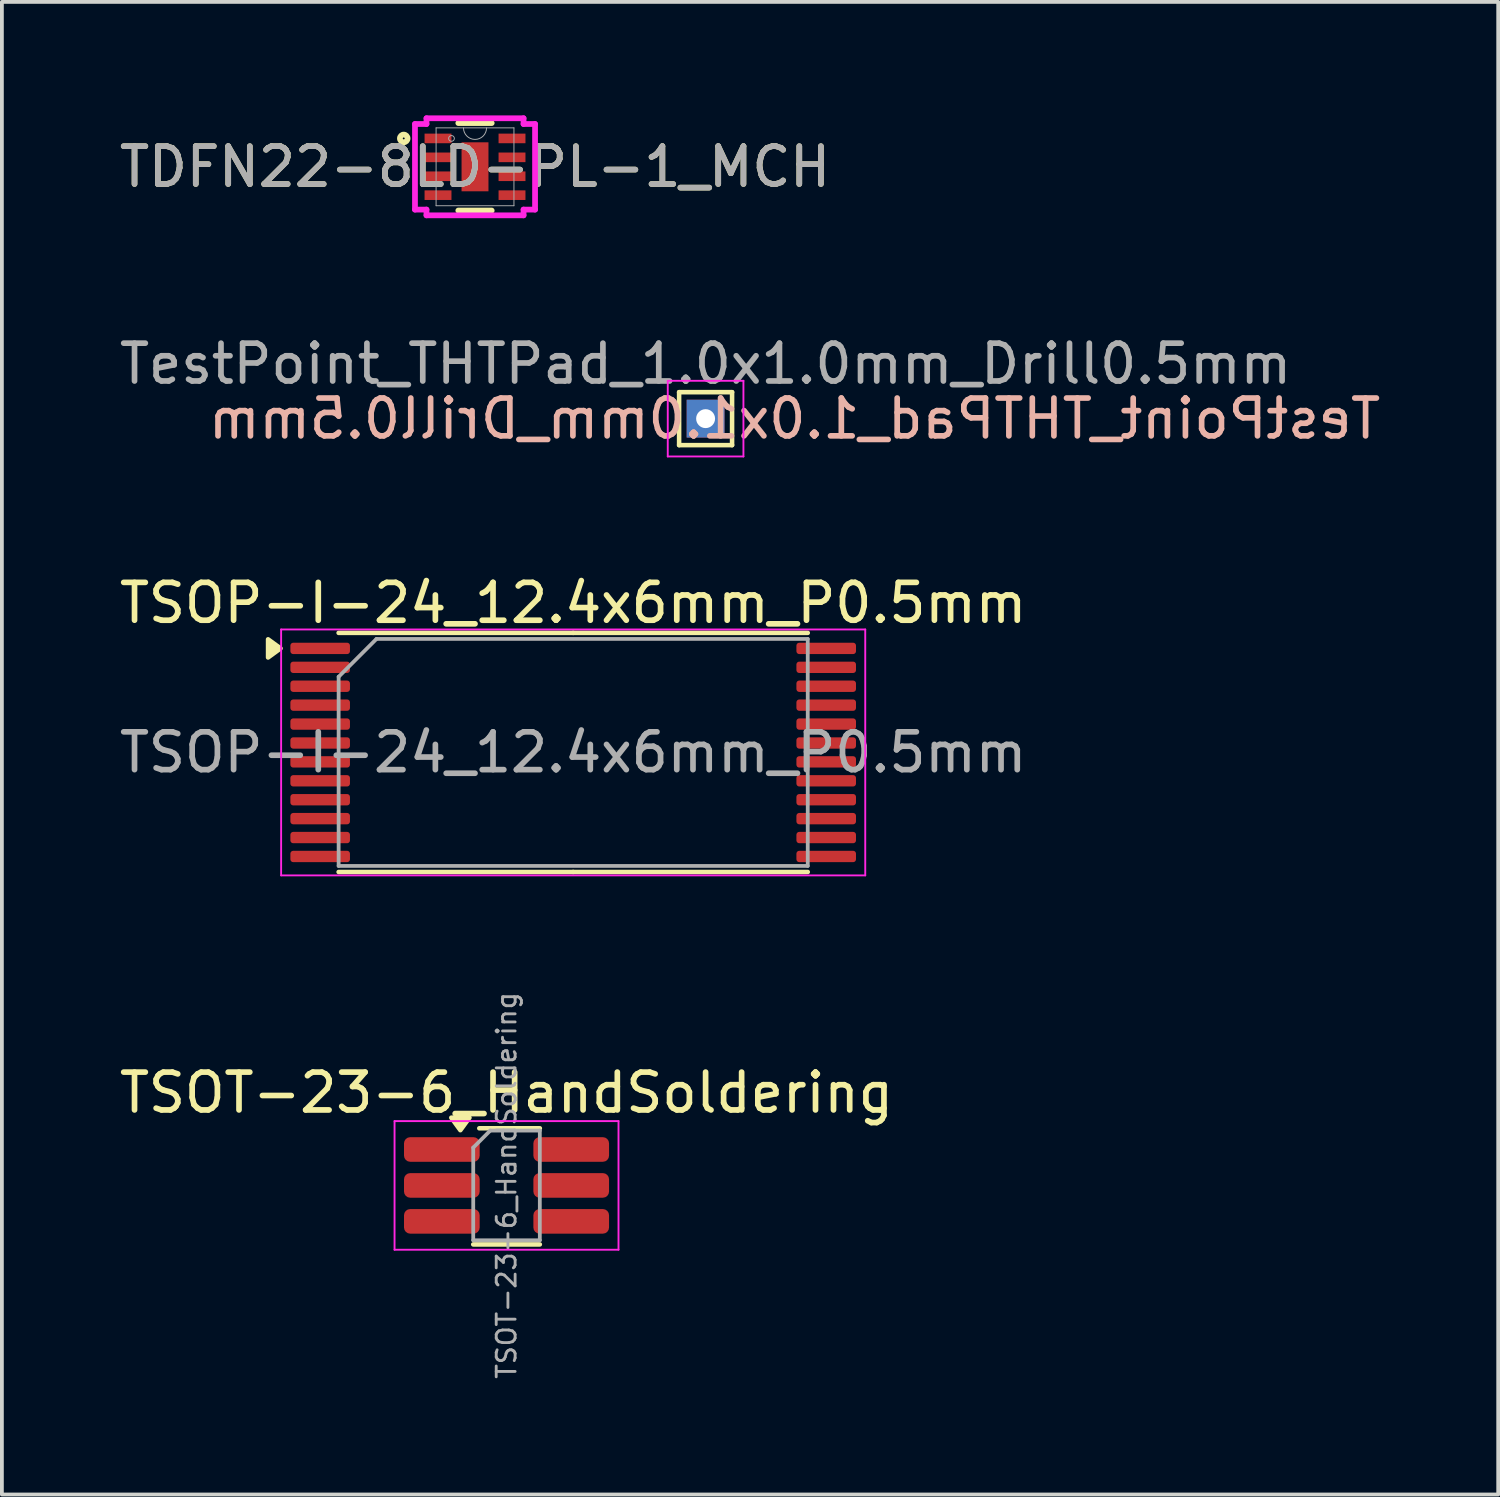
<source format=kicad_pcb>
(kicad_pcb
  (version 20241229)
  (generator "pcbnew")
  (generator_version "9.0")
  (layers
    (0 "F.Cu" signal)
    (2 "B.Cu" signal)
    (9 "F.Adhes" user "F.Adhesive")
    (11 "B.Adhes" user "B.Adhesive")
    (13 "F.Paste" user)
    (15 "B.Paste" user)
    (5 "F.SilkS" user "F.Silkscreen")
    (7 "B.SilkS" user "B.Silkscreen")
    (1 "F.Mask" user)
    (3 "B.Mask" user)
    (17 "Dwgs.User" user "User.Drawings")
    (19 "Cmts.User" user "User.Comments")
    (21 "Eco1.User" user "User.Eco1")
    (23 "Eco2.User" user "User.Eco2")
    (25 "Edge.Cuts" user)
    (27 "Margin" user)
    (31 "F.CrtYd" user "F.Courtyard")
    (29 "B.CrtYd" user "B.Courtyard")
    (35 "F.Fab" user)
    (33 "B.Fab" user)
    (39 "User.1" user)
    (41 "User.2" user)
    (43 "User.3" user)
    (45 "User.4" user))
  (footprint "TSOP-I-24_12.4x6mm_P0.5mm"
    (layer "F.Cu")
    (at 12.101 16.839)
    (property "Reference" "TSOP-I-24_12.4x6mm_P0.5mm" (at 0 -3.95 0) (layer "F.SilkS") (effects (font (size 1 1) (thickness 0.15))))
    (attr smd)
    (fp_line (start 0 -3.16) (end -6.2 -3.16) (stroke (width 0.12) (type solid)) (layer "F.SilkS"))
    (fp_line (start 0 -3.16) (end 6.2 -3.16) (stroke (width 0.12) (type solid)) (layer "F.SilkS"))
    (fp_line (start 0 3.16) (end -6.2 3.16) (stroke (width 0.12) (type solid)) (layer "F.SilkS"))
    (fp_line (start 0 3.16) (end 6.2 3.16) (stroke (width 0.12) (type solid)) (layer "F.SilkS"))
    (fp_poly (pts (xy -7.735 -2.75) (xy -8.065 -2.99) (xy -8.065 -2.51) (xy -7.735 -2.75)) (stroke (width 0.12) (type solid)) (fill yes) (layer "F.SilkS"))
    (fp_line (start -7.72 -3.25) (end -7.72 3.25) (stroke (width 0.05) (type solid)) (layer "F.CrtYd"))
    (fp_line (start -7.72 3.25) (end 7.72 3.25) (stroke (width 0.05) (type solid)) (layer "F.CrtYd"))
    (fp_line (start 7.72 -3.25) (end -7.72 -3.25) (stroke (width 0.05) (type solid)) (layer "F.CrtYd"))
    (fp_line (start 7.72 3.25) (end 7.72 -3.25) (stroke (width 0.05) (type solid)) (layer "F.CrtYd"))
    (fp_line (start -6.2 -2) (end -5.2 -3) (stroke (width 0.1) (type solid)) (layer "F.Fab"))
    (fp_line (start -6.2 3) (end -6.2 -2) (stroke (width 0.1) (type solid)) (layer "F.Fab"))
    (fp_line (start -5.2 -3) (end 6.2 -3) (stroke (width 0.1) (type solid)) (layer "F.Fab"))
    (fp_line (start 6.2 -3) (end 6.2 3) (stroke (width 0.1) (type solid)) (layer "F.Fab"))
    (fp_line (start 6.2 3) (end -6.2 3) (stroke (width 0.1) (type solid)) (layer "F.Fab"))
    (fp_text user "${REFERENCE}" (at 0 0 0) (layer "F.Fab") (effects (font (size 1 1) (thickness 0.15))))
    (pad "1" smd roundrect (at -6.688 -2.75) (size 1.575 0.3) (layers "F.Cu" "F.Mask" "F.Paste") (roundrect_rratio 0.25))
    (pad "2" smd roundrect (at -6.688 -2.25) (size 1.575 0.3) (layers "F.Cu" "F.Mask" "F.Paste") (roundrect_rratio 0.25))
    (pad "3" smd roundrect (at -6.688 -1.75) (size 1.575 0.3) (layers "F.Cu" "F.Mask" "F.Paste") (roundrect_rratio 0.25))
    (pad "4" smd roundrect (at -6.688 -1.25) (size 1.575 0.3) (layers "F.Cu" "F.Mask" "F.Paste") (roundrect_rratio 0.25))
    (pad "5" smd roundrect (at -6.688 -0.75) (size 1.575 0.3) (layers "F.Cu" "F.Mask" "F.Paste") (roundrect_rratio 0.25))
    (pad "6" smd roundrect (at -6.688 -0.25) (size 1.575 0.3) (layers "F.Cu" "F.Mask" "F.Paste") (roundrect_rratio 0.25))
    (pad "7" smd roundrect (at -6.688 0.25) (size 1.575 0.3) (layers "F.Cu" "F.Mask" "F.Paste") (roundrect_rratio 0.25))
    (pad "8" smd roundrect (at -6.688 0.75) (size 1.575 0.3) (layers "F.Cu" "F.Mask" "F.Paste") (roundrect_rratio 0.25))
    (pad "9" smd roundrect (at -6.688 1.25) (size 1.575 0.3) (layers "F.Cu" "F.Mask" "F.Paste") (roundrect_rratio 0.25))
    (pad "10" smd roundrect (at -6.688 1.75) (size 1.575 0.3) (layers "F.Cu" "F.Mask" "F.Paste") (roundrect_rratio 0.25))
    (pad "11" smd roundrect (at -6.688 2.25) (size 1.575 0.3) (layers "F.Cu" "F.Mask" "F.Paste") (roundrect_rratio 0.25))
    (pad "12" smd roundrect (at -6.688 2.75) (size 1.575 0.3) (layers "F.Cu" "F.Mask" "F.Paste") (roundrect_rratio 0.25))
    (pad "13" smd roundrect (at 6.688 2.75) (size 1.575 0.3) (layers "F.Cu" "F.Mask" "F.Paste") (roundrect_rratio 0.25))
    (pad "14" smd roundrect (at 6.688 2.25) (size 1.575 0.3) (layers "F.Cu" "F.Mask" "F.Paste") (roundrect_rratio 0.25))
    (pad "15" smd roundrect (at 6.688 1.75) (size 1.575 0.3) (layers "F.Cu" "F.Mask" "F.Paste") (roundrect_rratio 0.25))
    (pad "16" smd roundrect (at 6.688 1.25) (size 1.575 0.3) (layers "F.Cu" "F.Mask" "F.Paste") (roundrect_rratio 0.25))
    (pad "17" smd roundrect (at 6.688 0.75) (size 1.575 0.3) (layers "F.Cu" "F.Mask" "F.Paste") (roundrect_rratio 0.25))
    (pad "18" smd roundrect (at 6.688 0.25) (size 1.575 0.3) (layers "F.Cu" "F.Mask" "F.Paste") (roundrect_rratio 0.25))
    (pad "19" smd roundrect (at 6.688 -0.25) (size 1.575 0.3) (layers "F.Cu" "F.Mask" "F.Paste") (roundrect_rratio 0.25))
    (pad "20" smd roundrect (at 6.688 -0.75) (size 1.575 0.3) (layers "F.Cu" "F.Mask" "F.Paste") (roundrect_rratio 0.25))
    (pad "21" smd roundrect (at 6.688 -1.25) (size 1.575 0.3) (layers "F.Cu" "F.Mask" "F.Paste") (roundrect_rratio 0.25))
    (pad "22" smd roundrect (at 6.688 -1.75) (size 1.575 0.3) (layers "F.Cu" "F.Mask" "F.Paste") (roundrect_rratio 0.25))
    (pad "23" smd roundrect (at 6.688 -2.25) (size 1.575 0.3) (layers "F.Cu" "F.Mask" "F.Paste") (roundrect_rratio 0.25))
    (pad "24" smd roundrect (at 6.688 -2.75) (size 1.575 0.3) (layers "F.Cu" "F.Mask" "F.Paste") (roundrect_rratio 0.25)))
  (footprint "TSOT-23-6_HandSoldering"
    (layer "F.Cu")
    (at 10.339 28.284)
    (property "Reference" "TSOT-23-6_HandSoldering" (at 0 -2.45 180) (layer "F.SilkS") (effects (font (size 1 1) (thickness 0.15))))
    (attr smd)
    (fp_line (start -0.88 1.56) (end 0.88 1.56) (stroke (width 0.12) (type solid)) (layer "F.SilkS"))
    (fp_line (start 0.08 -1.51) (end -0.72 -1.51) (stroke (width 0.12) (type solid)) (layer "F.SilkS"))
    (fp_line (start 0.08 -1.51) (end 0.88 -1.51) (stroke (width 0.12) (type solid)) (layer "F.SilkS"))
    (fp_poly (pts (xy -1.22 -1.46) (xy -1.46 -1.79) (xy -0.98 -1.79) (xy -1.22 -1.46)) (stroke (width 0.12) (type solid)) (fill yes) (layer "F.SilkS"))
    (fp_line (start -2.96 -1.7) (end -2.96 1.7) (stroke (width 0.05) (type solid)) (layer "F.CrtYd"))
    (fp_line (start -2.96 -1.7) (end 2.96 -1.7) (stroke (width 0.05) (type solid)) (layer "F.CrtYd"))
    (fp_line (start 2.96 1.7) (end -2.96 1.7) (stroke (width 0.05) (type solid)) (layer "F.CrtYd"))
    (fp_line (start 2.96 1.7) (end 2.96 -1.7) (stroke (width 0.05) (type solid)) (layer "F.CrtYd"))
    (fp_line (start -0.88 -1) (end -0.88 1.45) (stroke (width 0.1) (type solid)) (layer "F.Fab"))
    (fp_line (start -0.88 -1) (end -0.43 -1.45) (stroke (width 0.1) (type solid)) (layer "F.Fab"))
    (fp_line (start 0.88 -1.45) (end -0.43 -1.45) (stroke (width 0.1) (type solid)) (layer "F.Fab"))
    (fp_line (start 0.88 -1.45) (end 0.88 1.45) (stroke (width 0.1) (type solid)) (layer "F.Fab"))
    (fp_line (start 0.88 1.45) (end -0.88 1.45) (stroke (width 0.1) (type solid)) (layer "F.Fab"))
    (fp_text user "${REFERENCE}" (at 0 0 90) (layer "F.Fab") (effects (font (size 0.5 0.5) (thickness 0.075))))
    (pad "1" smd roundrect (at -1.71 -0.95) (size 2 0.65) (layers "F.Cu" "F.Mask" "F.Paste") (roundrect_rratio 0.25))
    (pad "2" smd roundrect (at -1.71 0) (size 2 0.65) (layers "F.Cu" "F.Mask" "F.Paste") (roundrect_rratio 0.25))
    (pad "3" smd roundrect (at -1.71 0.95) (size 2 0.65) (layers "F.Cu" "F.Mask" "F.Paste") (roundrect_rratio 0.25))
    (pad "4" smd roundrect (at 1.71 0.95) (size 2 0.65) (layers "F.Cu" "F.Mask" "F.Paste") (roundrect_rratio 0.25))
    (pad "5" smd roundrect (at 1.71 0) (size 2 0.65) (layers "F.Cu" "F.Mask" "F.Paste") (roundrect_rratio 0.25))
    (pad "6" smd roundrect (at 1.71 -0.95) (size 2 0.65) (layers "F.Cu" "F.Mask" "F.Paste") (roundrect_rratio 0.25)))
  (footprint "TDFN22-8LD-PL-1_MCH"
    (layer "F.Cu")
    (at 9.506 1.359)
    (property "Reference" "TDFN22-8LD-PL-1_MCH" (at 0 0 0) (unlocked yes) (layer "F.SilkS") (effects (font (size 1 1) (thickness 0.15))))
    (attr smd)
    (fp_line (start -0.441 1.156) (end 0.441 1.156) (stroke (width 0.152) (type solid)) (layer "F.SilkS"))
    (fp_line (start 0.441 -1.156) (end -0.441 -1.156) (stroke (width 0.152) (type solid)) (layer "F.SilkS"))
    (fp_circle (center -1.884 -0.75) (end -1.783 -0.75) (stroke (width 0.152) (type solid)) (fill no) (layer "F.SilkS"))
    (fp_line (start -1.587 -1.131) (end -1.283 -1.131) (stroke (width 0.152) (type solid)) (layer "F.CrtYd"))
    (fp_line (start -1.587 1.131) (end -1.587 -1.131) (stroke (width 0.152) (type solid)) (layer "F.CrtYd"))
    (fp_line (start -1.587 1.131) (end -1.283 1.131) (stroke (width 0.152) (type solid)) (layer "F.CrtYd"))
    (fp_line (start -1.283 -1.283) (end 1.283 -1.283) (stroke (width 0.152) (type solid)) (layer "F.CrtYd"))
    (fp_line (start -1.283 -1.131) (end -1.283 -1.283) (stroke (width 0.152) (type solid)) (layer "F.CrtYd"))
    (fp_line (start -1.283 1.283) (end -1.283 1.131) (stroke (width 0.152) (type solid)) (layer "F.CrtYd"))
    (fp_line (start 1.283 -1.283) (end 1.283 -1.131) (stroke (width 0.152) (type solid)) (layer "F.CrtYd"))
    (fp_line (start 1.283 1.131) (end 1.283 1.283) (stroke (width 0.152) (type solid)) (layer "F.CrtYd"))
    (fp_line (start 1.283 1.283) (end -1.283 1.283) (stroke (width 0.152) (type solid)) (layer "F.CrtYd"))
    (fp_line (start 1.587 -1.131) (end 1.283 -1.131) (stroke (width 0.152) (type solid)) (layer "F.CrtYd"))
    (fp_line (start 1.587 -1.131) (end 1.587 1.131) (stroke (width 0.152) (type solid)) (layer "F.CrtYd"))
    (fp_line (start 1.587 1.131) (end 1.283 1.131) (stroke (width 0.152) (type solid)) (layer "F.CrtYd"))
    (fp_line (start -1.029 -1.029) (end -1.029 1.029) (stroke (width 0.025) (type solid)) (layer "F.Fab"))
    (fp_line (start -1.029 1.029) (end 1.029 1.029) (stroke (width 0.025) (type solid)) (layer "F.Fab"))
    (fp_line (start 1.029 -1.029) (end -1.029 -1.029) (stroke (width 0.025) (type solid)) (layer "F.Fab"))
    (fp_line (start 1.029 1.029) (end 1.029 -1.029) (stroke (width 0.025) (type solid)) (layer "F.Fab"))
    (fp_arc (start 0.3048 -1.0287) (mid 0 -0.7239) (end -0.3048 -1.0287) (stroke (width 0.0254) (type solid)) (layer "F.Fab"))
    (fp_circle (center -0.622 -0.75) (end -0.546 -0.75) (stroke (width 0.025) (type solid)) (fill no) (layer "F.Fab"))
    (fp_text user "${REFERENCE}" (at 0 0 0) (unlocked yes) (layer "F.Fab") (effects (font (size 1 1) (thickness 0.15))))
    (pad "1" smd rect (at -0.978 -0.75) (size 0.711 0.254) (layers "F.Cu" "F.Mask" "F.Paste"))
    (pad "2" smd rect (at -0.978 -0.25) (size 0.711 0.254) (layers "F.Cu" "F.Mask" "F.Paste"))
    (pad "3" smd rect (at -0.978 0.25) (size 0.711 0.254) (layers "F.Cu" "F.Mask" "F.Paste"))
    (pad "4" smd rect (at -0.978 0.75) (size 0.711 0.254) (layers "F.Cu" "F.Mask" "F.Paste"))
    (pad "5" smd rect (at 0.978 0.75) (size 0.711 0.254) (layers "F.Cu" "F.Mask" "F.Paste"))
    (pad "6" smd rect (at 0.978 0.25) (size 0.711 0.254) (layers "F.Cu" "F.Mask" "F.Paste"))
    (pad "7" smd rect (at 0.978 -0.25) (size 0.711 0.254) (layers "F.Cu" "F.Mask" "F.Paste"))
    (pad "8" smd rect (at 0.978 -0.75) (size 0.711 0.254) (layers "F.Cu" "F.Mask" "F.Paste"))
    (pad "9" smd rect (at 0 0) (size 0.711 1.295) (layers "F.Cu" "F.Mask" "F.Paste")))
  (footprint "TestPoint_THTPad_1.0x1.0mm_Drill0.5mm"
    (layer "F.Cu")
    (at 15.601 8.016)
    (property "Reference" "TestPoint_THTPad_1.0x1.0mm_Drill0.5mm" (at 2.35 0 0) (layer "B.SilkS") (effects (font (size 1 1) (thickness 0.15)) (justify mirror)))
    (attr exclude_from_pos_files)
    (fp_line (start -0.7 -0.7) (end -0.7 0.7) (stroke (width 0.12) (type solid)) (layer "F.SilkS"))
    (fp_line (start -0.7 0.7) (end 0.7 0.7) (stroke (width 0.12) (type solid)) (layer "F.SilkS"))
    (fp_line (start 0.7 -0.7) (end -0.7 -0.7) (stroke (width 0.12) (type solid)) (layer "F.SilkS"))
    (fp_line (start 0.7 0.7) (end 0.7 -0.7) (stroke (width 0.12) (type solid)) (layer "F.SilkS"))
    (fp_line (start -1 1) (end -1 -1) (stroke (width 0.05) (type solid)) (layer "F.CrtYd"))
    (fp_line (start -1 1) (end 1 1) (stroke (width 0.05) (type solid)) (layer "F.CrtYd"))
    (fp_line (start 1 -1) (end -1 -1) (stroke (width 0.05) (type solid)) (layer "F.CrtYd"))
    (fp_line (start 1 -1) (end 1 1) (stroke (width 0.05) (type solid)) (layer "F.CrtYd"))
    (fp_text user "${REFERENCE}" (at 0 -1.45 0) (layer "F.Fab") (effects (font (size 1 1) (thickness 0.15))))
    (pad "1" thru_hole rect (at 0 0 180) (size 1 1) (drill 0.5) (layers "*.Cu" "*.Mask")))
  (gr_rect
    (start -3 -3)
    (end 36.552 36.454)
    (stroke (width 0.1) (type default))
    (fill no)
    (layer "Edge.Cuts")))
</source>
